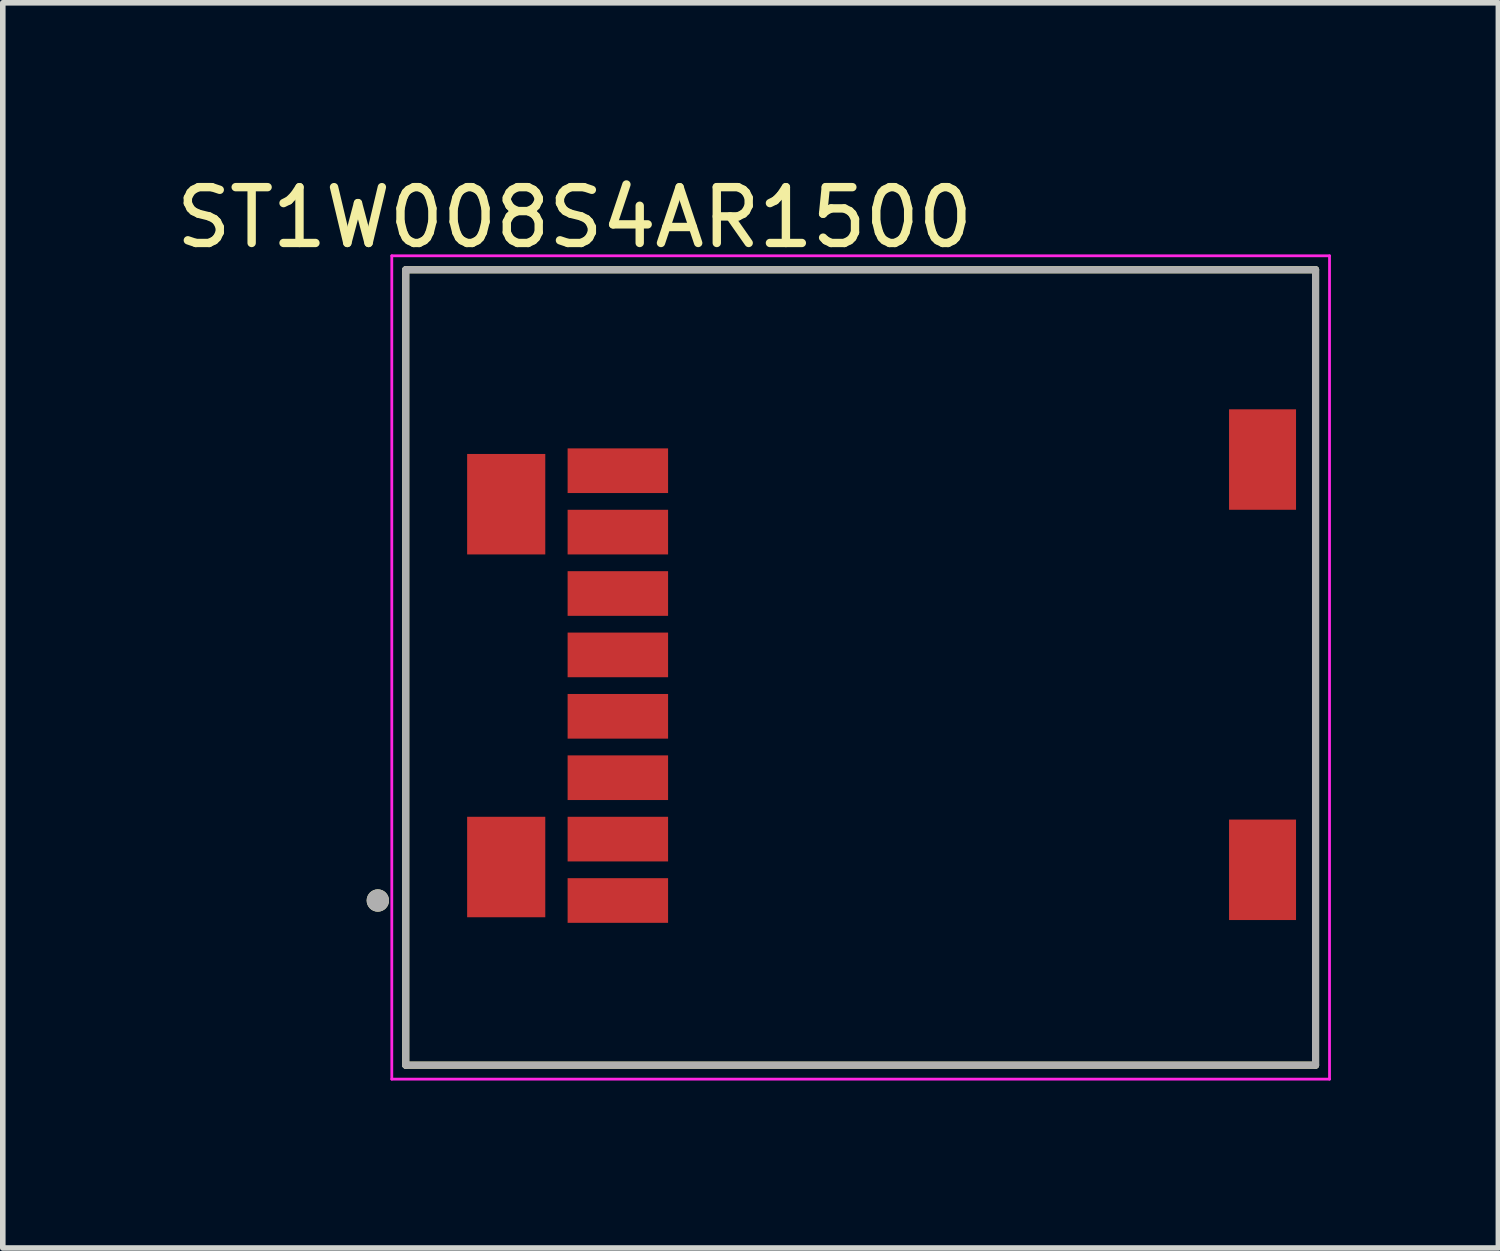
<source format=kicad_pcb>
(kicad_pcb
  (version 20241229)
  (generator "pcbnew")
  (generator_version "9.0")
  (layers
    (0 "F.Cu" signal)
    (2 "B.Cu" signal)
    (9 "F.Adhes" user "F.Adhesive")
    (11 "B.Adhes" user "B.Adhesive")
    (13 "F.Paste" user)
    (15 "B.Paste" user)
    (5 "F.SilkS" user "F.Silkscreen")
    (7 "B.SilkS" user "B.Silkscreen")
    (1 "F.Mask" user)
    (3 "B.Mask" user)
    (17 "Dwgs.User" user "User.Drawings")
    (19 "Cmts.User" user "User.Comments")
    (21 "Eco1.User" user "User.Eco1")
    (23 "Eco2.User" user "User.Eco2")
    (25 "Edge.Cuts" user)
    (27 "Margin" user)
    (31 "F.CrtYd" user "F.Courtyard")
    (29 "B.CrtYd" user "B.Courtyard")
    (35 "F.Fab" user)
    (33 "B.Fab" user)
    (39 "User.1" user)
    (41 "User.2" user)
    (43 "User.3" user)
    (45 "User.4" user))
  (footprint "ST1W008S4AR1500"
    (layer "F.Cu")
    (at 12.019 9.233)
    (property "Reference" "ST1W008S4AR1500" (at -4.775 -8.385 0) (layer "F.SilkS") (effects (font (size 1 1) (thickness 0.15))))
    (attr smd)
    (fp_line (start -7.8 -7.45) (end 8.5 -7.45) (stroke (width 0.127) (type solid)) (layer "F.SilkS"))
    (fp_line (start -7.8 6.8) (end -7.8 -7.45) (stroke (width 0.127) (type solid)) (layer "F.SilkS"))
    (fp_line (start 8.5 -7.45) (end 8.5 6.8) (stroke (width 0.127) (type solid)) (layer "F.SilkS"))
    (fp_line (start 8.5 6.8) (end -7.8 6.8) (stroke (width 0.127) (type solid)) (layer "F.SilkS"))
    (fp_circle (center -8.3 3.85) (end -8.2 3.85) (stroke (width 0.2) (type solid)) (fill no) (layer "F.SilkS"))
    (fp_line (start -8.05 -7.7) (end 8.75 -7.7) (stroke (width 0.05) (type solid)) (layer "F.CrtYd"))
    (fp_line (start -8.05 7.05) (end -8.05 -7.7) (stroke (width 0.05) (type solid)) (layer "F.CrtYd"))
    (fp_line (start 8.75 -7.7) (end 8.75 7.05) (stroke (width 0.05) (type solid)) (layer "F.CrtYd"))
    (fp_line (start 8.75 7.05) (end -8.05 7.05) (stroke (width 0.05) (type solid)) (layer "F.CrtYd"))
    (fp_line (start -7.8 -7.45) (end 8.5 -7.45) (stroke (width 0.127) (type solid)) (layer "F.Fab"))
    (fp_line (start -7.8 6.8) (end -7.8 -7.45) (stroke (width 0.127) (type solid)) (layer "F.Fab"))
    (fp_line (start 8.5 -7.45) (end 8.5 6.8) (stroke (width 0.127) (type solid)) (layer "F.Fab"))
    (fp_line (start 8.5 6.8) (end -7.8 6.8) (stroke (width 0.127) (type solid)) (layer "F.Fab"))
    (fp_circle (center -8.3 3.85) (end -8.2 3.85) (stroke (width 0.2) (type solid)) (fill no) (layer "F.Fab"))
    (pad "1" smd rect (at -4 3.85) (size 1.8 0.8) (layers "F.Cu" "F.Mask" "F.Paste"))
    (pad "2" smd rect (at -4 2.75) (size 1.8 0.8) (layers "F.Cu" "F.Mask" "F.Paste"))
    (pad "3" smd rect (at -4 1.65) (size 1.8 0.8) (layers "F.Cu" "F.Mask" "F.Paste"))
    (pad "4" smd rect (at -4 0.55) (size 1.8 0.8) (layers "F.Cu" "F.Mask" "F.Paste"))
    (pad "5" smd rect (at -4 -0.55) (size 1.8 0.8) (layers "F.Cu" "F.Mask" "F.Paste"))
    (pad "6" smd rect (at -4 -1.65) (size 1.8 0.8) (layers "F.Cu" "F.Mask" "F.Paste"))
    (pad "7" smd rect (at -4 -2.75) (size 1.8 0.8) (layers "F.Cu" "F.Mask" "F.Paste"))
    (pad "8" smd rect (at -4 -3.85) (size 1.8 0.8) (layers "F.Cu" "F.Mask" "F.Paste"))
    (pad "GND1" smd rect (at 7.55 3.3) (size 1.2 1.8) (layers "F.Cu" "F.Mask" "F.Paste"))
    (pad "GND2" smd rect (at 7.55 -4.05) (size 1.2 1.8) (layers "F.Cu" "F.Mask" "F.Paste"))
    (pad "GND3" smd rect (at -6 3.25) (size 1.4 1.8) (layers "F.Cu" "F.Mask" "F.Paste"))
    (pad "GND4" smd rect (at -6 -3.25) (size 1.4 1.8) (layers "F.Cu" "F.Mask" "F.Paste")))
  (gr_rect
    (start -3 -3)
    (end 23.794 19.308)
    (stroke (width 0.1) (type default))
    (fill no)
    (layer "Edge.Cuts")))
</source>
